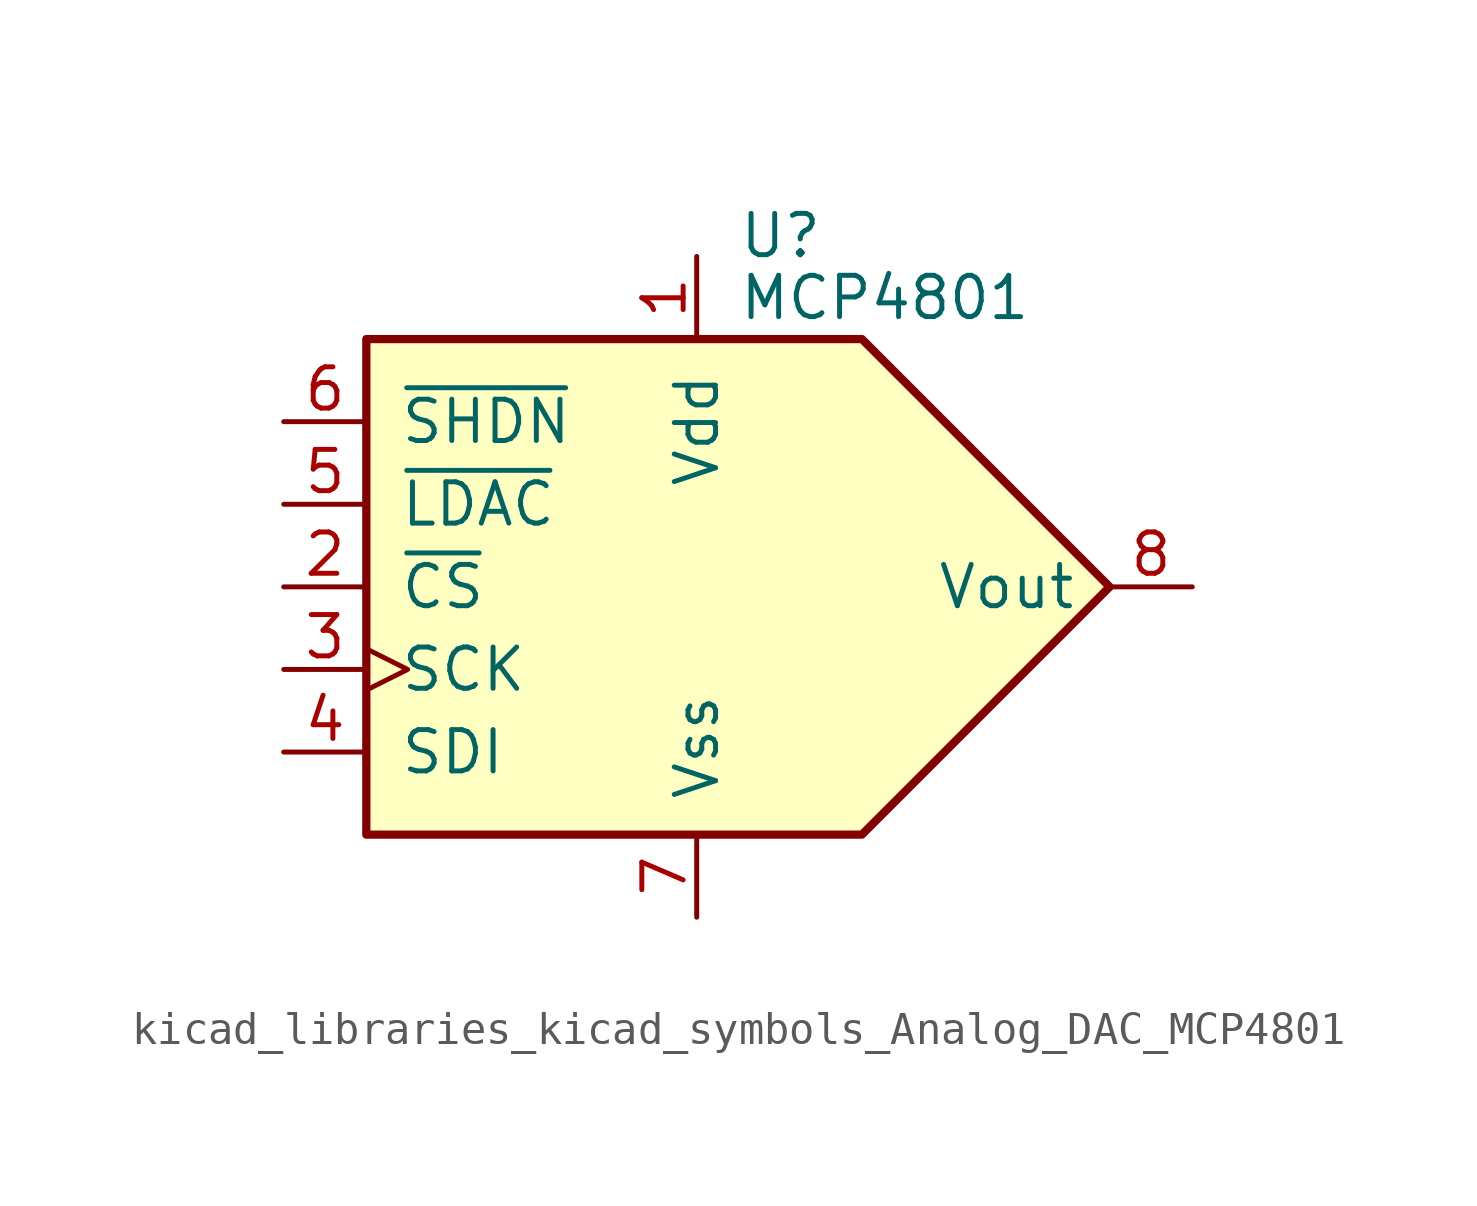
<source format=kicad_sym>
(kicad_symbol_lib
  (version 20220914)
  (generator kicad_symbol_editor)
  (symbol "kicad_libraries_kicad_symbols_Analog_DAC_MCP4801"
    (pin_names
      (offset 1.016))
    (property "Reference" "U"
      (at 1.27 10.795 0)
      (effects (font (size 1.27 1.27)) (justify left)))
    (property "Value" "MCP4801"
      (at 1.27 8.89 0)
      (effects (font (size 1.27 1.27)) (justify left)))
    (symbol "kicad_libraries_kicad_symbols_Analog_DAC_MCP4801_0_0"
      (polyline (pts (xy 12.7 0) (xy 5.08 7.62) (xy -10.16 7.62) (xy -10.16 -7.62) (xy 5.08 -7.62) (xy 12.7 0)) (stroke (width 0.254) (type default)) (fill (type background))))
    (symbol "kicad_libraries_kicad_symbols_Analog_DAC_MCP4801_1_1"
      (pin power_in line (at 0 10.16 270) (length 2.54) (name "Vdd" (effects (font (size 1.27 1.27)))) (number "1" (effects (font (size 1.27 1.27)))))
      (pin input line (at -12.7 0 0) (length 2.54) (name "~{CS}" (effects (font (size 1.27 1.27)))) (number "2" (effects (font (size 1.27 1.27)))))
      (pin input clock (at -12.7 -2.54 0) (length 2.54) (name "SCK" (effects (font (size 1.27 1.27)))) (number "3" (effects (font (size 1.27 1.27)))))
      (pin input line (at -12.7 -5.08 0) (length 2.54) (name "SDI" (effects (font (size 1.27 1.27)))) (number "4" (effects (font (size 1.27 1.27)))))
      (pin input line (at -12.7 2.54 0) (length 2.54) (name "~{LDAC}" (effects (font (size 1.27 1.27)))) (number "5" (effects (font (size 1.27 1.27)))))
      (pin input line (at -12.7 5.08 0) (length 2.54) (name "~{SHDN}" (effects (font (size 1.27 1.27)))) (number "6" (effects (font (size 1.27 1.27)))))
      (pin power_in line (at 0 -10.16 90) (length 2.54) (name "Vss" (effects (font (size 1.27 1.27)))) (number "7" (effects (font (size 1.27 1.27)))))
      (pin output line (at 15.24 0 180) (length 2.54) (name "Vout" (effects (font (size 1.27 1.27)))) (number "8" (effects (font (size 1.27 1.27))))))))
</source>
